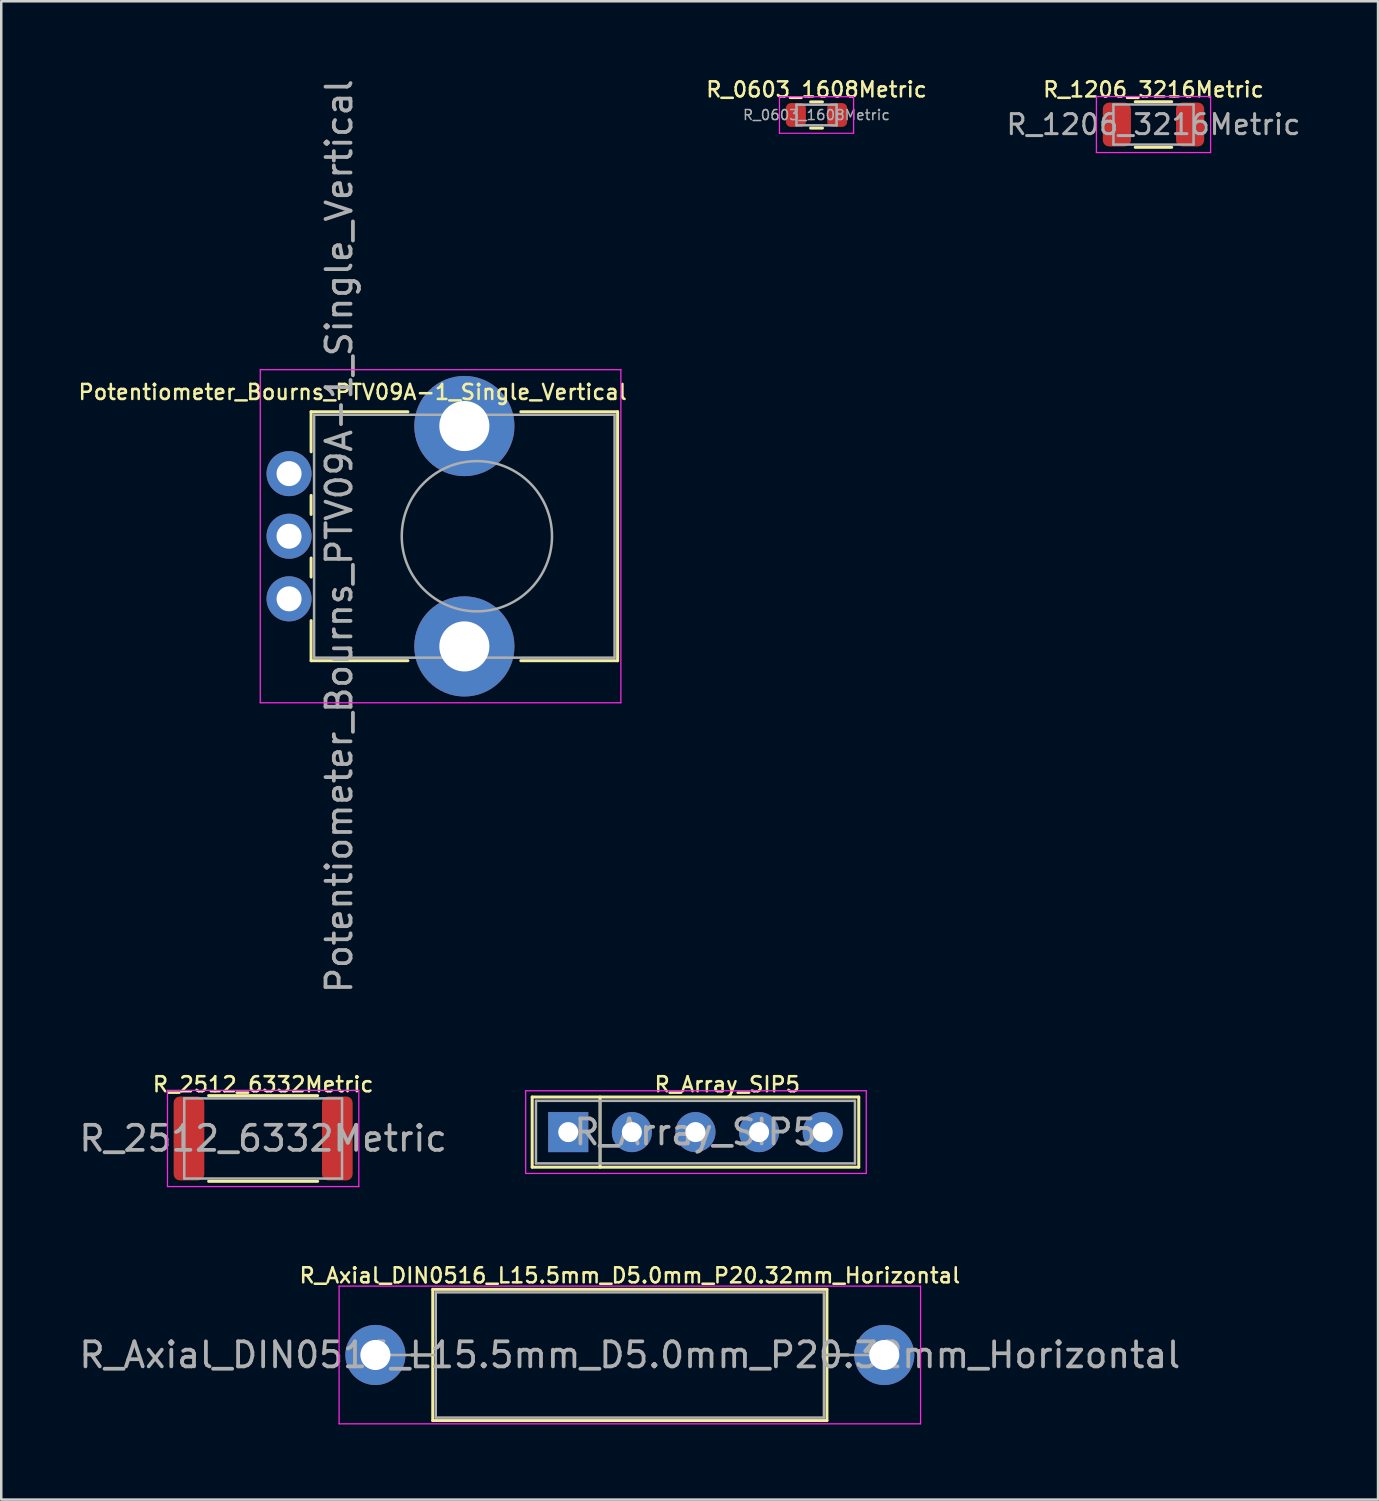
<source format=kicad_pcb>
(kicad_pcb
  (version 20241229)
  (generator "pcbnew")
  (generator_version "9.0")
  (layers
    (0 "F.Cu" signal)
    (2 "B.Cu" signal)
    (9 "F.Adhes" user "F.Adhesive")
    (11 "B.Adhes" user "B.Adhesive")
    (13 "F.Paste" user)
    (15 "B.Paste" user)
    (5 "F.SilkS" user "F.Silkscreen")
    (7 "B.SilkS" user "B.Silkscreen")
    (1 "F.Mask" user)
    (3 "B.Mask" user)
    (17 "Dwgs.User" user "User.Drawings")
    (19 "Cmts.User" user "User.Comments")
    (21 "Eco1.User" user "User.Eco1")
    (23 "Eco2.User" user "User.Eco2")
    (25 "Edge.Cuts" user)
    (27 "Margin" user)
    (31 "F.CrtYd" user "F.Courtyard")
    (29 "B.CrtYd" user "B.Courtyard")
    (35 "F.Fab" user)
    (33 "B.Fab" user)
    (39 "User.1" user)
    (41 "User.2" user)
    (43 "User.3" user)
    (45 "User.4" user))
  (footprint "R_0603_1608Metric"
    (layer "F.Cu")
    (at 29.556 1.542)
    (property "Reference" "R_0603_1608Metric" (at 0 -1.016 0) (layer "F.SilkS") (effects (font (size 0.6 0.6) (thickness 0.1))))
    (attr smd)
    (fp_line (start -0.237 -0.522) (end 0.237 -0.522) (stroke (width 0.12) (type solid)) (layer "F.SilkS"))
    (fp_line (start -0.237 0.522) (end 0.237 0.522) (stroke (width 0.12) (type solid)) (layer "F.SilkS"))
    (fp_line (start -1.48 -0.73) (end 1.48 -0.73) (stroke (width 0.05) (type solid)) (layer "F.CrtYd"))
    (fp_line (start -1.48 0.73) (end -1.48 -0.73) (stroke (width 0.05) (type solid)) (layer "F.CrtYd"))
    (fp_line (start 1.48 -0.73) (end 1.48 0.73) (stroke (width 0.05) (type solid)) (layer "F.CrtYd"))
    (fp_line (start 1.48 0.73) (end -1.48 0.73) (stroke (width 0.05) (type solid)) (layer "F.CrtYd"))
    (fp_line (start -0.8 -0.412) (end 0.8 -0.412) (stroke (width 0.1) (type solid)) (layer "F.Fab"))
    (fp_line (start -0.8 0.412) (end -0.8 -0.412) (stroke (width 0.1) (type solid)) (layer "F.Fab"))
    (fp_line (start 0.8 -0.412) (end 0.8 0.412) (stroke (width 0.1) (type solid)) (layer "F.Fab"))
    (fp_line (start 0.8 0.412) (end -0.8 0.412) (stroke (width 0.1) (type solid)) (layer "F.Fab"))
    (fp_text user "${REFERENCE}" (at 0 0 0) (layer "F.Fab") (effects (font (size 0.4 0.4) (thickness 0.06))))
    (pad "1" smd roundrect (at -0.825 0) (size 0.8 0.95) (layers "F.Cu" "F.Mask" "F.Paste") (roundrect_rratio 0.25))
    (pad "2" smd roundrect (at 0.825 0) (size 0.8 0.95) (layers "F.Cu" "F.Mask" "F.Paste") (roundrect_rratio 0.25)))
  (footprint "R_Axial_DIN0516_L15.5mm_D5.0mm_P20.32mm_Horizontal"
    (layer "F.Cu")
    (at 11.941 51.058)
    (property "Reference" "R_Axial_DIN0516_L15.5mm_D5.0mm_P20.32mm_Horizontal" (at 10.16 -3.175 0) (layer "F.SilkS") (effects (font (size 0.6 0.6) (thickness 0.1) (bold yes))))
    (attr through_hole)
    (fp_line (start 1.44 0) (end 2.29 0) (stroke (width 0.12) (type solid)) (layer "F.SilkS"))
    (fp_line (start 2.29 -2.62) (end 2.29 2.62) (stroke (width 0.12) (type solid)) (layer "F.SilkS"))
    (fp_line (start 2.29 2.62) (end 18.03 2.62) (stroke (width 0.12) (type solid)) (layer "F.SilkS"))
    (fp_line (start 18.03 -2.62) (end 2.29 -2.62) (stroke (width 0.12) (type solid)) (layer "F.SilkS"))
    (fp_line (start 18.03 2.62) (end 18.03 -2.62) (stroke (width 0.12) (type solid)) (layer "F.SilkS"))
    (fp_line (start 18.88 0) (end 18.03 0) (stroke (width 0.12) (type solid)) (layer "F.SilkS"))
    (fp_line (start -1.45 -2.75) (end -1.45 2.75) (stroke (width 0.05) (type solid)) (layer "F.CrtYd"))
    (fp_line (start -1.45 2.75) (end 21.77 2.75) (stroke (width 0.05) (type solid)) (layer "F.CrtYd"))
    (fp_line (start 21.77 -2.75) (end -1.45 -2.75) (stroke (width 0.05) (type solid)) (layer "F.CrtYd"))
    (fp_line (start 21.77 2.75) (end 21.77 -2.75) (stroke (width 0.05) (type solid)) (layer "F.CrtYd"))
    (fp_line (start 0 0) (end 2.41 0) (stroke (width 0.1) (type solid)) (layer "F.Fab"))
    (fp_line (start 2.41 -2.5) (end 2.41 2.5) (stroke (width 0.1) (type solid)) (layer "F.Fab"))
    (fp_line (start 2.41 2.5) (end 17.91 2.5) (stroke (width 0.1) (type solid)) (layer "F.Fab"))
    (fp_line (start 17.91 -2.5) (end 2.41 -2.5) (stroke (width 0.1) (type solid)) (layer "F.Fab"))
    (fp_line (start 17.91 2.5) (end 17.91 -2.5) (stroke (width 0.1) (type solid)) (layer "F.Fab"))
    (fp_line (start 20.32 0) (end 17.91 0) (stroke (width 0.1) (type solid)) (layer "F.Fab"))
    (fp_text user "${REFERENCE}" (at 10.16 0 0) (layer "F.Fab") (effects (font (size 1 1) (thickness 0.15))))
    (pad "1" thru_hole circle (at 0 0) (size 2.4 2.4) (drill 1.2) (layers "*.Cu" "*.Mask"))
    (pad "2" thru_hole oval (at 20.32 0) (size 2.4 2.4) (drill 1.2) (layers "*.Cu" "*.Mask")))
  (footprint "Potentiometer_Bourns_PTV09A-1_Single_Vertical"
    (layer "F.Cu")
    (at 8.493 20.863)
    (property "Reference" "Potentiometer_Bourns_PTV09A-1_Single_Vertical" (at 2.54 -8.255 0) (layer "F.SilkS") (effects (font (size 0.6 0.6) (thickness 0.1))))
    (attr through_hole)
    (fp_line (start 0.88 -7.47) (end 0.88 -5.871) (stroke (width 0.12) (type solid)) (layer "F.SilkS"))
    (fp_line (start 0.88 -7.47) (end 4.745 -7.47) (stroke (width 0.12) (type solid)) (layer "F.SilkS"))
    (fp_line (start 0.88 -4.129) (end 0.88 -3.37) (stroke (width 0.12) (type solid)) (layer "F.SilkS"))
    (fp_line (start 0.88 -1.629) (end 0.88 -0.87) (stroke (width 0.12) (type solid)) (layer "F.SilkS"))
    (fp_line (start 0.88 0.87) (end 0.88 2.47) (stroke (width 0.12) (type solid)) (layer "F.SilkS"))
    (fp_line (start 0.88 2.47) (end 4.745 2.47) (stroke (width 0.12) (type solid)) (layer "F.SilkS"))
    (fp_line (start 9.255 -7.47) (end 13.12 -7.47) (stroke (width 0.12) (type solid)) (layer "F.SilkS"))
    (fp_line (start 9.255 2.47) (end 13.12 2.47) (stroke (width 0.12) (type solid)) (layer "F.SilkS"))
    (fp_line (start 13.12 -7.47) (end 13.12 2.47) (stroke (width 0.12) (type solid)) (layer "F.SilkS"))
    (fp_line (start -1.15 -9.15) (end -1.15 4.15) (stroke (width 0.05) (type solid)) (layer "F.CrtYd"))
    (fp_line (start -1.15 4.15) (end 13.25 4.15) (stroke (width 0.05) (type solid)) (layer "F.CrtYd"))
    (fp_line (start 13.25 -9.15) (end -1.15 -9.15) (stroke (width 0.05) (type solid)) (layer "F.CrtYd"))
    (fp_line (start 13.25 4.15) (end 13.25 -9.15) (stroke (width 0.05) (type solid)) (layer "F.CrtYd"))
    (fp_line (start 1 -7.35) (end 1 2.35) (stroke (width 0.1) (type solid)) (layer "F.Fab"))
    (fp_line (start 1 2.35) (end 13 2.35) (stroke (width 0.1) (type solid)) (layer "F.Fab"))
    (fp_line (start 13 -7.35) (end 1 -7.35) (stroke (width 0.1) (type solid)) (layer "F.Fab"))
    (fp_line (start 13 2.35) (end 13 -7.35) (stroke (width 0.1) (type solid)) (layer "F.Fab"))
    (fp_circle (center 7.5 -2.5) (end 10.5 -2.5) (stroke (width 0.1) (type solid)) (fill no) (layer "F.Fab"))
    (fp_text user "${REFERENCE}" (at 2 -2.5 90) (layer "F.Fab") (effects (font (size 1 1) (thickness 0.15))))
    (pad "" np_thru_hole circle (at 7 -6.9) (size 4 4) (drill 2) (layers "*.Cu" "*.Mask"))
    (pad "" np_thru_hole circle (at 7 1.9) (size 4 4) (drill 2) (layers "*.Cu" "*.Mask"))
    (pad "1" thru_hole circle (at 0 0) (size 1.8 1.8) (drill 1) (layers "*.Cu" "*.Mask"))
    (pad "2" thru_hole circle (at 0 -2.5) (size 1.8 1.8) (drill 1) (layers "*.Cu" "*.Mask"))
    (pad "3" thru_hole circle (at 0 -5) (size 1.8 1.8) (drill 1) (layers "*.Cu" "*.Mask")))
  (footprint "R_Array_SIP5"
    (layer "F.Cu")
    (at 19.642 42.158)
    (property "Reference" "R_Array_SIP5" (at 6.35 -1.905 0) (layer "F.SilkS") (effects (font (size 0.6 0.6) (thickness 0.1))))
    (attr through_hole)
    (fp_line (start -1.44 -1.4) (end -1.44 1.4) (stroke (width 0.12) (type solid)) (layer "F.SilkS"))
    (fp_line (start -1.44 1.4) (end 11.6 1.4) (stroke (width 0.12) (type solid)) (layer "F.SilkS"))
    (fp_line (start 1.27 -1.4) (end 1.27 1.4) (stroke (width 0.12) (type solid)) (layer "F.SilkS"))
    (fp_line (start 11.6 -1.4) (end -1.44 -1.4) (stroke (width 0.12) (type solid)) (layer "F.SilkS"))
    (fp_line (start 11.6 1.4) (end 11.6 -1.4) (stroke (width 0.12) (type solid)) (layer "F.SilkS"))
    (fp_line (start -1.7 -1.65) (end -1.7 1.65) (stroke (width 0.05) (type solid)) (layer "F.CrtYd"))
    (fp_line (start -1.7 1.65) (end 11.9 1.65) (stroke (width 0.05) (type solid)) (layer "F.CrtYd"))
    (fp_line (start 11.9 -1.65) (end -1.7 -1.65) (stroke (width 0.05) (type solid)) (layer "F.CrtYd"))
    (fp_line (start 11.9 1.65) (end 11.9 -1.65) (stroke (width 0.05) (type solid)) (layer "F.CrtYd"))
    (fp_line (start -1.29 -1.25) (end -1.29 1.25) (stroke (width 0.1) (type solid)) (layer "F.Fab"))
    (fp_line (start -1.29 1.25) (end 11.45 1.25) (stroke (width 0.1) (type solid)) (layer "F.Fab"))
    (fp_line (start 1.27 -1.25) (end 1.27 1.25) (stroke (width 0.1) (type solid)) (layer "F.Fab"))
    (fp_line (start 11.45 -1.25) (end -1.29 -1.25) (stroke (width 0.1) (type solid)) (layer "F.Fab"))
    (fp_line (start 11.45 1.25) (end 11.45 -1.25) (stroke (width 0.1) (type solid)) (layer "F.Fab"))
    (fp_text user "${REFERENCE}" (at 5.08 0 0) (layer "F.Fab") (effects (font (size 1 1) (thickness 0.15))))
    (pad "1" thru_hole rect (at 0 0) (size 1.6 1.6) (drill 0.8) (layers "*.Cu" "*.Mask"))
    (pad "2" thru_hole oval (at 2.54 0) (size 1.6 1.6) (drill 0.8) (layers "*.Cu" "*.Mask"))
    (pad "3" thru_hole oval (at 5.08 0) (size 1.6 1.6) (drill 0.8) (layers "*.Cu" "*.Mask"))
    (pad "4" thru_hole oval (at 7.62 0) (size 1.6 1.6) (drill 0.8) (layers "*.Cu" "*.Mask"))
    (pad "5" thru_hole oval (at 10.16 0) (size 1.6 1.6) (drill 0.8) (layers "*.Cu" "*.Mask")))
  (footprint "R_2512_6332Metric"
    (layer "F.Cu")
    (at 7.458 42.412)
    (property "Reference" "R_2512_6332Metric" (at 0 -2.159 0) (layer "F.SilkS") (effects (font (size 0.6 0.6) (thickness 0.1))))
    (attr smd)
    (fp_line (start -2.177 -1.71) (end 2.177 -1.71) (stroke (width 0.12) (type solid)) (layer "F.SilkS"))
    (fp_line (start -2.177 1.71) (end 2.177 1.71) (stroke (width 0.12) (type solid)) (layer "F.SilkS"))
    (fp_line (start -3.82 -1.92) (end 3.82 -1.92) (stroke (width 0.05) (type solid)) (layer "F.CrtYd"))
    (fp_line (start -3.82 1.92) (end -3.82 -1.92) (stroke (width 0.05) (type solid)) (layer "F.CrtYd"))
    (fp_line (start 3.82 -1.92) (end 3.82 1.92) (stroke (width 0.05) (type solid)) (layer "F.CrtYd"))
    (fp_line (start 3.82 1.92) (end -3.82 1.92) (stroke (width 0.05) (type solid)) (layer "F.CrtYd"))
    (fp_line (start -3.15 -1.6) (end 3.15 -1.6) (stroke (width 0.1) (type solid)) (layer "F.Fab"))
    (fp_line (start -3.15 1.6) (end -3.15 -1.6) (stroke (width 0.1) (type solid)) (layer "F.Fab"))
    (fp_line (start 3.15 -1.6) (end 3.15 1.6) (stroke (width 0.1) (type solid)) (layer "F.Fab"))
    (fp_line (start 3.15 1.6) (end -3.15 1.6) (stroke (width 0.1) (type solid)) (layer "F.Fab"))
    (fp_text user "${REFERENCE}" (at 0 0 0) (layer "F.Fab") (effects (font (size 1 1) (thickness 0.15))))
    (pad "1" smd roundrect (at -2.962 0) (size 1.225 3.35) (layers "F.Cu" "F.Mask" "F.Paste") (roundrect_rratio 0.204))
    (pad "2" smd roundrect (at 2.962 0) (size 1.225 3.35) (layers "F.Cu" "F.Mask" "F.Paste") (roundrect_rratio 0.204)))
  (footprint "R_1206_3216Metric"
    (layer "F.Cu")
    (at 43.012 1.923)
    (property "Reference" "R_1206_3216Metric" (at 0 -1.397 0) (layer "F.SilkS") (effects (font (size 0.6 0.6) (thickness 0.1))))
    (attr smd)
    (fp_line (start -0.727 -0.91) (end 0.727 -0.91) (stroke (width 0.12) (type solid)) (layer "F.SilkS"))
    (fp_line (start -0.727 0.91) (end 0.727 0.91) (stroke (width 0.12) (type solid)) (layer "F.SilkS"))
    (fp_line (start -2.28 -1.12) (end 2.28 -1.12) (stroke (width 0.05) (type solid)) (layer "F.CrtYd"))
    (fp_line (start -2.28 1.12) (end -2.28 -1.12) (stroke (width 0.05) (type solid)) (layer "F.CrtYd"))
    (fp_line (start 2.28 -1.12) (end 2.28 1.12) (stroke (width 0.05) (type solid)) (layer "F.CrtYd"))
    (fp_line (start 2.28 1.12) (end -2.28 1.12) (stroke (width 0.05) (type solid)) (layer "F.CrtYd"))
    (fp_line (start -1.6 -0.8) (end 1.6 -0.8) (stroke (width 0.1) (type solid)) (layer "F.Fab"))
    (fp_line (start -1.6 0.8) (end -1.6 -0.8) (stroke (width 0.1) (type solid)) (layer "F.Fab"))
    (fp_line (start 1.6 -0.8) (end 1.6 0.8) (stroke (width 0.1) (type solid)) (layer "F.Fab"))
    (fp_line (start 1.6 0.8) (end -1.6 0.8) (stroke (width 0.1) (type solid)) (layer "F.Fab"))
    (fp_text user "${REFERENCE}" (at 0 0 0) (layer "F.Fab") (effects (font (size 0.8 0.8) (thickness 0.12))))
    (pad "1" smd roundrect (at -1.462 0) (size 1.125 1.75) (layers "F.Cu" "F.Mask" "F.Paste") (roundrect_rratio 0.222))
    (pad "2" smd roundrect (at 1.462 0) (size 1.125 1.75) (layers "F.Cu" "F.Mask" "F.Paste") (roundrect_rratio 0.222)))
  (gr_rect
    (start -3 -3)
    (end 51.979 56.833)
    (stroke (width 0.1) (type default))
    (fill no)
    (layer "Edge.Cuts")))
</source>
